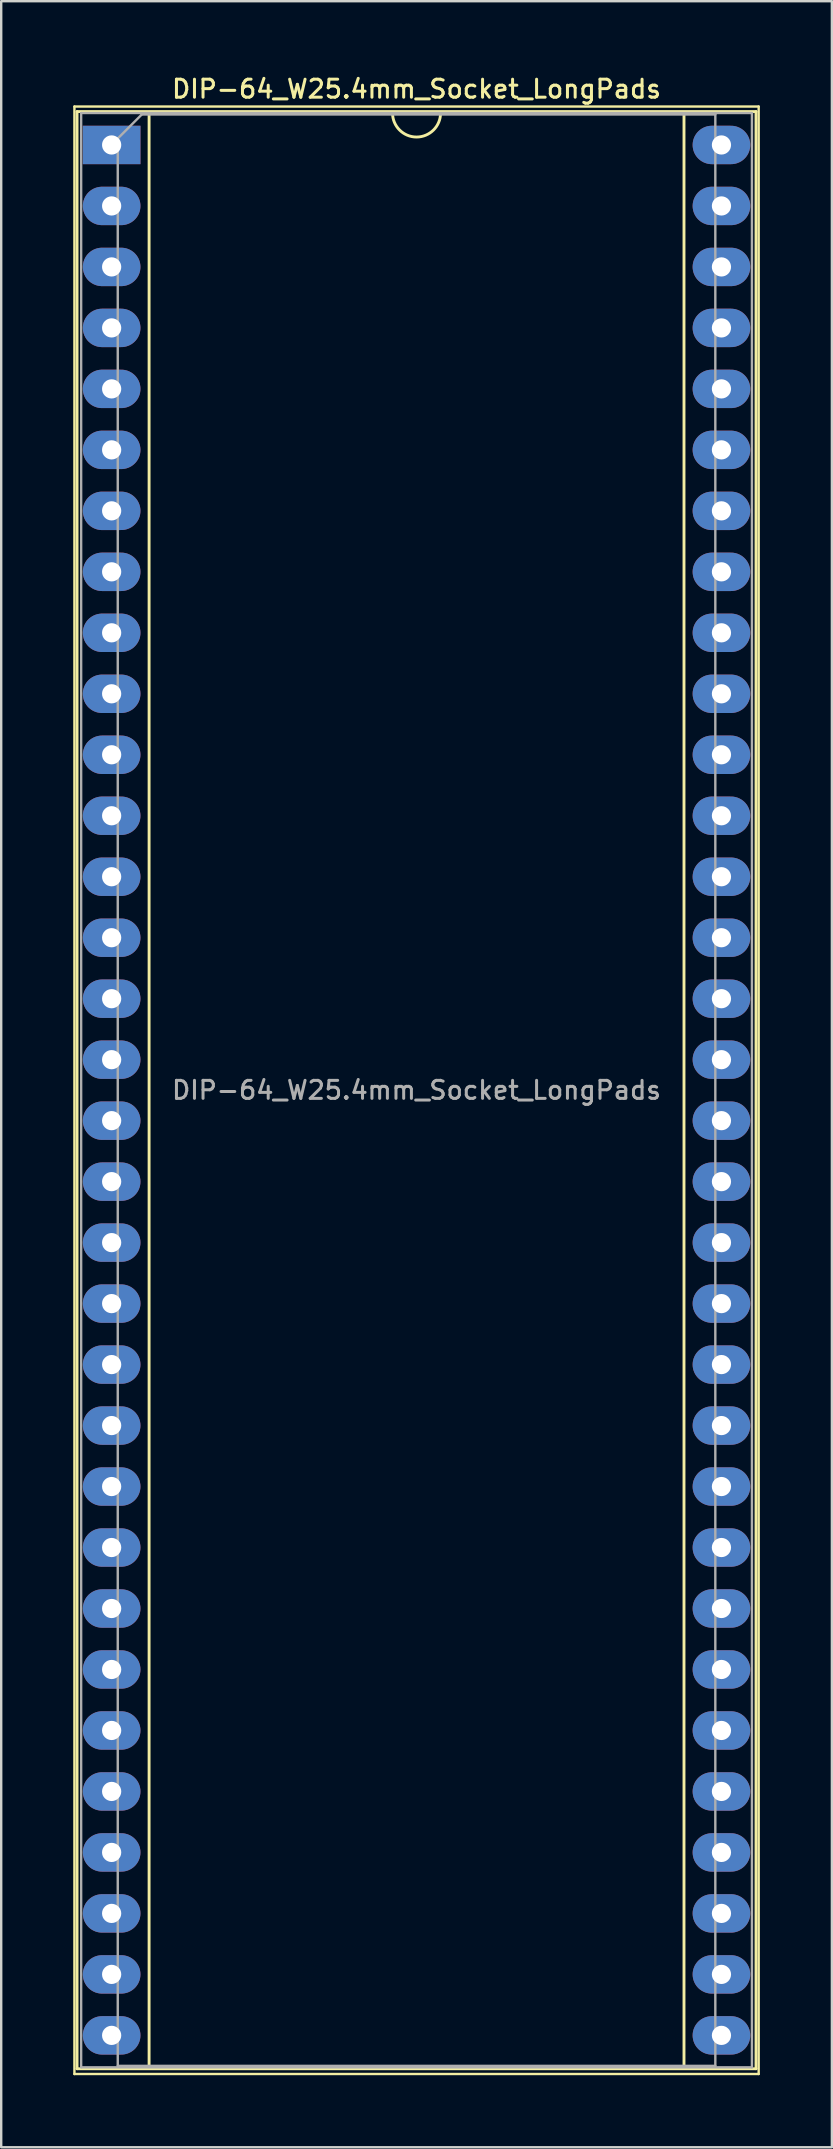
<source format=kicad_pcb>
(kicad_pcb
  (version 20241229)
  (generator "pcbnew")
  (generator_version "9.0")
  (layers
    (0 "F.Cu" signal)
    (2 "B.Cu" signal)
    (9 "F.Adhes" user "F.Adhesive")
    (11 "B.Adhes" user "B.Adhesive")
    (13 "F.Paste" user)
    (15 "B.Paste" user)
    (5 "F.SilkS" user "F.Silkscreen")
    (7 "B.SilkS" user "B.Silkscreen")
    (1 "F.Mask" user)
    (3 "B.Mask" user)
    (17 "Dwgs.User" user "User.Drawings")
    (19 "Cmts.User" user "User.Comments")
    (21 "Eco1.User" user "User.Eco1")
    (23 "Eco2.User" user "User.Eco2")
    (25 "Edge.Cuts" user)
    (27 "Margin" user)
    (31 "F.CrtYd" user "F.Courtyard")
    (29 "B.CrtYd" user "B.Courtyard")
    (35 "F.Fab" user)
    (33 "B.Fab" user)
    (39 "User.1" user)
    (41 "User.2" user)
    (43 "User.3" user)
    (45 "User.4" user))
  (footprint "DIP-64_W25.4mm_Socket_LongPads"
    (layer "F.Cu")
    (at 1.6 2.988)
    (property "Reference" "DIP-64_W25.4mm_Socket_LongPads" (at 12.7 -2.33 0) (layer "F.SilkS") (effects (font (size 0.75 0.75) (thickness 0.125))))
    (attr through_hole)
    (fp_line (start -1.55 -1.6) (end -1.55 80.35) (stroke (width 0.1) (type solid)) (layer "F.SilkS"))
    (fp_line (start -1.55 80.35) (end 26.95 80.35) (stroke (width 0.1) (type solid)) (layer "F.SilkS"))
    (fp_line (start -1.44 -1.39) (end -1.44 80.13) (stroke (width 0.12) (type solid)) (layer "F.SilkS"))
    (fp_line (start -1.44 80.13) (end 26.84 80.13) (stroke (width 0.12) (type solid)) (layer "F.SilkS"))
    (fp_line (start 1.56 -1.33) (end 1.56 80.07) (stroke (width 0.12) (type solid)) (layer "F.SilkS"))
    (fp_line (start 1.56 80.07) (end 23.84 80.07) (stroke (width 0.12) (type solid)) (layer "F.SilkS"))
    (fp_line (start 11.7 -1.33) (end 1.56 -1.33) (stroke (width 0.12) (type solid)) (layer "F.SilkS"))
    (fp_line (start 23.84 -1.33) (end 13.7 -1.33) (stroke (width 0.12) (type solid)) (layer "F.SilkS"))
    (fp_line (start 23.84 80.07) (end 23.84 -1.33) (stroke (width 0.12) (type solid)) (layer "F.SilkS"))
    (fp_line (start 26.84 -1.39) (end -1.44 -1.39) (stroke (width 0.12) (type solid)) (layer "F.SilkS"))
    (fp_line (start 26.84 80.13) (end 26.84 -1.39) (stroke (width 0.12) (type solid)) (layer "F.SilkS"))
    (fp_line (start 26.95 -1.6) (end -1.55 -1.6) (stroke (width 0.1) (type solid)) (layer "F.SilkS"))
    (fp_line (start 26.95 80.35) (end 26.95 -1.6) (stroke (width 0.1) (type solid)) (layer "F.SilkS"))
    (fp_arc (start 13.7 -1.33) (mid 12.7 -0.33) (end 11.7 -1.33) (stroke (width 0.12) (type solid)) (layer "F.SilkS"))
    (fp_line (start -1.27 -1.33) (end -1.27 80.07) (stroke (width 0.1) (type solid)) (layer "F.Fab"))
    (fp_line (start -1.27 80.07) (end 26.67 80.07) (stroke (width 0.1) (type solid)) (layer "F.Fab"))
    (fp_line (start 0.255 -0.27) (end 1.255 -1.27) (stroke (width 0.1) (type solid)) (layer "F.Fab"))
    (fp_line (start 0.255 80.01) (end 0.255 -0.27) (stroke (width 0.1) (type solid)) (layer "F.Fab"))
    (fp_line (start 1.255 -1.27) (end 25.145 -1.27) (stroke (width 0.1) (type solid)) (layer "F.Fab"))
    (fp_line (start 25.145 -1.27) (end 25.145 80.01) (stroke (width 0.1) (type solid)) (layer "F.Fab"))
    (fp_line (start 25.145 80.01) (end 0.255 80.01) (stroke (width 0.1) (type solid)) (layer "F.Fab"))
    (fp_line (start 26.67 -1.33) (end -1.27 -1.33) (stroke (width 0.1) (type solid)) (layer "F.Fab"))
    (fp_line (start 26.67 80.07) (end 26.67 -1.33) (stroke (width 0.1) (type solid)) (layer "F.Fab"))
    (fp_text user "${REFERENCE}" (at 12.7 39.37 0) (layer "F.Fab") (effects (font (size 0.75 0.75) (thickness 0.125))))
    (pad "1" thru_hole rect (at 0 0) (size 2.4 1.6) (drill 0.8) (layers "*.Cu" "*.Mask"))
    (pad "2" thru_hole oval (at 0 2.54) (size 2.4 1.6) (drill 0.8) (layers "*.Cu" "*.Mask"))
    (pad "3" thru_hole oval (at 0 5.08) (size 2.4 1.6) (drill 0.8) (layers "*.Cu" "*.Mask"))
    (pad "4" thru_hole oval (at 0 7.62) (size 2.4 1.6) (drill 0.8) (layers "*.Cu" "*.Mask"))
    (pad "5" thru_hole oval (at 0 10.16) (size 2.4 1.6) (drill 0.8) (layers "*.Cu" "*.Mask"))
    (pad "6" thru_hole oval (at 0 12.7) (size 2.4 1.6) (drill 0.8) (layers "*.Cu" "*.Mask"))
    (pad "7" thru_hole oval (at 0 15.24) (size 2.4 1.6) (drill 0.8) (layers "*.Cu" "*.Mask"))
    (pad "8" thru_hole oval (at 0 17.78) (size 2.4 1.6) (drill 0.8) (layers "*.Cu" "*.Mask"))
    (pad "9" thru_hole oval (at 0 20.32) (size 2.4 1.6) (drill 0.8) (layers "*.Cu" "*.Mask"))
    (pad "10" thru_hole oval (at 0 22.86) (size 2.4 1.6) (drill 0.8) (layers "*.Cu" "*.Mask"))
    (pad "11" thru_hole oval (at 0 25.4) (size 2.4 1.6) (drill 0.8) (layers "*.Cu" "*.Mask"))
    (pad "12" thru_hole oval (at 0 27.94) (size 2.4 1.6) (drill 0.8) (layers "*.Cu" "*.Mask"))
    (pad "13" thru_hole oval (at 0 30.48) (size 2.4 1.6) (drill 0.8) (layers "*.Cu" "*.Mask"))
    (pad "14" thru_hole oval (at 0 33.02) (size 2.4 1.6) (drill 0.8) (layers "*.Cu" "*.Mask"))
    (pad "15" thru_hole oval (at 0 35.56) (size 2.4 1.6) (drill 0.8) (layers "*.Cu" "*.Mask"))
    (pad "16" thru_hole oval (at 0 38.1) (size 2.4 1.6) (drill 0.8) (layers "*.Cu" "*.Mask"))
    (pad "17" thru_hole oval (at 0 40.64) (size 2.4 1.6) (drill 0.8) (layers "*.Cu" "*.Mask"))
    (pad "18" thru_hole oval (at 0 43.18) (size 2.4 1.6) (drill 0.8) (layers "*.Cu" "*.Mask"))
    (pad "19" thru_hole oval (at 0 45.72) (size 2.4 1.6) (drill 0.8) (layers "*.Cu" "*.Mask"))
    (pad "20" thru_hole oval (at 0 48.26) (size 2.4 1.6) (drill 0.8) (layers "*.Cu" "*.Mask"))
    (pad "21" thru_hole oval (at 0 50.8) (size 2.4 1.6) (drill 0.8) (layers "*.Cu" "*.Mask"))
    (pad "22" thru_hole oval (at 0 53.34) (size 2.4 1.6) (drill 0.8) (layers "*.Cu" "*.Mask"))
    (pad "23" thru_hole oval (at 0 55.88) (size 2.4 1.6) (drill 0.8) (layers "*.Cu" "*.Mask"))
    (pad "24" thru_hole oval (at 0 58.42) (size 2.4 1.6) (drill 0.8) (layers "*.Cu" "*.Mask"))
    (pad "25" thru_hole oval (at 0 60.96) (size 2.4 1.6) (drill 0.8) (layers "*.Cu" "*.Mask"))
    (pad "26" thru_hole oval (at 0 63.5) (size 2.4 1.6) (drill 0.8) (layers "*.Cu" "*.Mask"))
    (pad "27" thru_hole oval (at 0 66.04) (size 2.4 1.6) (drill 0.8) (layers "*.Cu" "*.Mask"))
    (pad "28" thru_hole oval (at 0 68.58) (size 2.4 1.6) (drill 0.8) (layers "*.Cu" "*.Mask"))
    (pad "29" thru_hole oval (at 0 71.12) (size 2.4 1.6) (drill 0.8) (layers "*.Cu" "*.Mask"))
    (pad "30" thru_hole oval (at 0 73.66) (size 2.4 1.6) (drill 0.8) (layers "*.Cu" "*.Mask"))
    (pad "31" thru_hole oval (at 0 76.2) (size 2.4 1.6) (drill 0.8) (layers "*.Cu" "*.Mask"))
    (pad "32" thru_hole oval (at 0 78.74) (size 2.4 1.6) (drill 0.8) (layers "*.Cu" "*.Mask"))
    (pad "33" thru_hole oval (at 25.4 78.74) (size 2.4 1.6) (drill 0.8) (layers "*.Cu" "*.Mask"))
    (pad "34" thru_hole oval (at 25.4 76.2) (size 2.4 1.6) (drill 0.8) (layers "*.Cu" "*.Mask"))
    (pad "35" thru_hole oval (at 25.4 73.66) (size 2.4 1.6) (drill 0.8) (layers "*.Cu" "*.Mask"))
    (pad "36" thru_hole oval (at 25.4 71.12) (size 2.4 1.6) (drill 0.8) (layers "*.Cu" "*.Mask"))
    (pad "37" thru_hole oval (at 25.4 68.58) (size 2.4 1.6) (drill 0.8) (layers "*.Cu" "*.Mask"))
    (pad "38" thru_hole oval (at 25.4 66.04) (size 2.4 1.6) (drill 0.8) (layers "*.Cu" "*.Mask"))
    (pad "39" thru_hole oval (at 25.4 63.5) (size 2.4 1.6) (drill 0.8) (layers "*.Cu" "*.Mask"))
    (pad "40" thru_hole oval (at 25.4 60.96) (size 2.4 1.6) (drill 0.8) (layers "*.Cu" "*.Mask"))
    (pad "41" thru_hole oval (at 25.4 58.42) (size 2.4 1.6) (drill 0.8) (layers "*.Cu" "*.Mask"))
    (pad "42" thru_hole oval (at 25.4 55.88) (size 2.4 1.6) (drill 0.8) (layers "*.Cu" "*.Mask"))
    (pad "43" thru_hole oval (at 25.4 53.34) (size 2.4 1.6) (drill 0.8) (layers "*.Cu" "*.Mask"))
    (pad "44" thru_hole oval (at 25.4 50.8) (size 2.4 1.6) (drill 0.8) (layers "*.Cu" "*.Mask"))
    (pad "45" thru_hole oval (at 25.4 48.26) (size 2.4 1.6) (drill 0.8) (layers "*.Cu" "*.Mask"))
    (pad "46" thru_hole oval (at 25.4 45.72) (size 2.4 1.6) (drill 0.8) (layers "*.Cu" "*.Mask"))
    (pad "47" thru_hole oval (at 25.4 43.18) (size 2.4 1.6) (drill 0.8) (layers "*.Cu" "*.Mask"))
    (pad "48" thru_hole oval (at 25.4 40.64) (size 2.4 1.6) (drill 0.8) (layers "*.Cu" "*.Mask"))
    (pad "49" thru_hole oval (at 25.4 38.1) (size 2.4 1.6) (drill 0.8) (layers "*.Cu" "*.Mask"))
    (pad "50" thru_hole oval (at 25.4 35.56) (size 2.4 1.6) (drill 0.8) (layers "*.Cu" "*.Mask"))
    (pad "51" thru_hole oval (at 25.4 33.02) (size 2.4 1.6) (drill 0.8) (layers "*.Cu" "*.Mask"))
    (pad "52" thru_hole oval (at 25.4 30.48) (size 2.4 1.6) (drill 0.8) (layers "*.Cu" "*.Mask"))
    (pad "53" thru_hole oval (at 25.4 27.94) (size 2.4 1.6) (drill 0.8) (layers "*.Cu" "*.Mask"))
    (pad "54" thru_hole oval (at 25.4 25.4) (size 2.4 1.6) (drill 0.8) (layers "*.Cu" "*.Mask"))
    (pad "55" thru_hole oval (at 25.4 22.86) (size 2.4 1.6) (drill 0.8) (layers "*.Cu" "*.Mask"))
    (pad "56" thru_hole oval (at 25.4 20.32) (size 2.4 1.6) (drill 0.8) (layers "*.Cu" "*.Mask"))
    (pad "57" thru_hole oval (at 25.4 17.78) (size 2.4 1.6) (drill 0.8) (layers "*.Cu" "*.Mask"))
    (pad "58" thru_hole oval (at 25.4 15.24) (size 2.4 1.6) (drill 0.8) (layers "*.Cu" "*.Mask"))
    (pad "59" thru_hole oval (at 25.4 12.7) (size 2.4 1.6) (drill 0.8) (layers "*.Cu" "*.Mask"))
    (pad "60" thru_hole oval (at 25.4 10.16) (size 2.4 1.6) (drill 0.8) (layers "*.Cu" "*.Mask"))
    (pad "61" thru_hole oval (at 25.4 7.62) (size 2.4 1.6) (drill 0.8) (layers "*.Cu" "*.Mask"))
    (pad "62" thru_hole oval (at 25.4 5.08) (size 2.4 1.6) (drill 0.8) (layers "*.Cu" "*.Mask"))
    (pad "63" thru_hole oval (at 25.4 2.54) (size 2.4 1.6) (drill 0.8) (layers "*.Cu" "*.Mask"))
    (pad "64" thru_hole oval (at 25.4 0) (size 2.4 1.6) (drill 0.8) (layers "*.Cu" "*.Mask")))
  (gr_rect
    (start -3 -3)
    (end 31.6 86.388)
    (stroke (width 0.1) (type default))
    (fill no)
    (layer "Edge.Cuts")))
</source>
